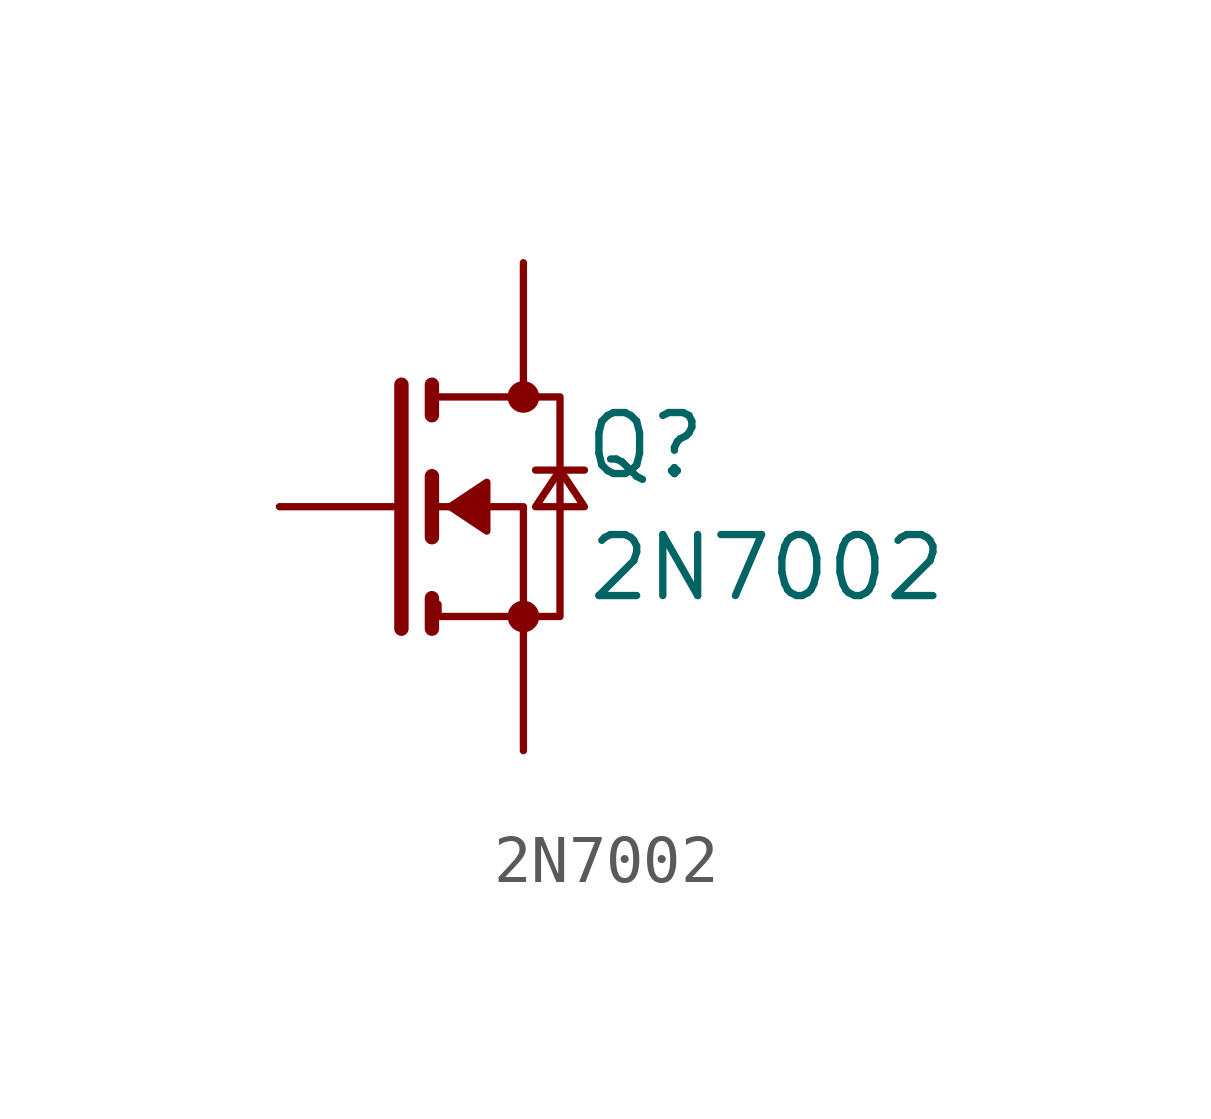
<source format=kicad_sym>
(kicad_symbol_lib
  (version 20220914)
  (generator kicad_symbol_editor)
  (symbol "2N7002"
    (pin_numbers hide)
    (pin_names hide)
    (property "Reference" "Q"
      (at 1.27 -5.08 0)
      (effects (font (size 1.27 1.27))))
    (property "Value" "2N7002"
      (at 3.81 -7.62 0)
      (effects (font (size 1.27 1.27))))
    (symbol "2N7002_0_1"
      (circle (center -1.27 -8.636) (radius 0.254) (stroke (width 0) (type default)) (fill (type outline)))
      (circle (center -1.27 -4.064) (radius 0.254) (stroke (width 0) (type default)) (fill (type outline)))
      (polyline (pts (xy -3.81 -3.81) (xy -3.81 -8.89)) (stroke (width 0.3) (type default)) (fill (type none)))
      (polyline (pts (xy -3.175 -8.255) (xy -3.175 -8.89)) (stroke (width 0.3) (type default)) (fill (type none)))
      (polyline (pts (xy -3.175 -5.715) (xy -3.175 -6.985)) (stroke (width 0.3) (type default)) (fill (type none)))
      (polyline (pts (xy -3.175 -3.81) (xy -3.175 -4.445)) (stroke (width 0.3) (type default)) (fill (type none)))
      (polyline (pts (xy -3.048 -4.064) (xy -1.524 -4.064)) (stroke (width 0) (type default)) (fill (type none)))
      (polyline (pts (xy -1.016 -5.588) (xy 0 -5.588)) (stroke (width 0) (type default)) (fill (type none)))
      (polyline (pts (xy -1.27 -8.636) (xy -0.508 -8.636) (xy -0.508 -4.064) (xy -1.27 -4.064)) (stroke (width 0) (type default)) (fill (type none)))
      (polyline (pts (xy -3.048 -6.35) (xy -1.27 -6.35) (xy -1.27 -8.636) (xy -3.048 -8.636) (xy -3.048 -8.382)) (stroke (width 0) (type default)) (fill (type none)))
      (polyline (pts (xy -2.794 -6.35) (xy -2.032 -5.842) (xy -2.032 -6.858) (xy -2.794 -6.35) (xy -2.54 -6.35)) (stroke (width 0) (type default)) (fill (type outline)))
      (polyline (pts (xy -0.762 -6.35) (xy 0 -6.35) (xy -0.508 -5.588) (xy -1.016 -6.35) (xy -0.762 -6.35) (xy -0.508 -6.35)) (stroke (width 0) (type default)) (fill (type none))))
    (symbol "2N7002_1_1"
      (pin input line (at -6.35 -6.35 0) (length 2.54) (name "G" (effects (font (size 1.27 1.27)))) (number "1" (effects (font (size 1.27 1.27)))))
      (pin passive line (at -1.27 -11.43 90) (length 2.54) (name "S" (effects (font (size 1.27 1.27)))) (number "2" (effects (font (size 1.27 1.27)))))
      (pin passive line (at -1.27 -1.27 270) (length 2.54) (name "D" (effects (font (size 1.27 1.27)))) (number "3" (effects (font (size 1.27 1.27))))))))
</source>
